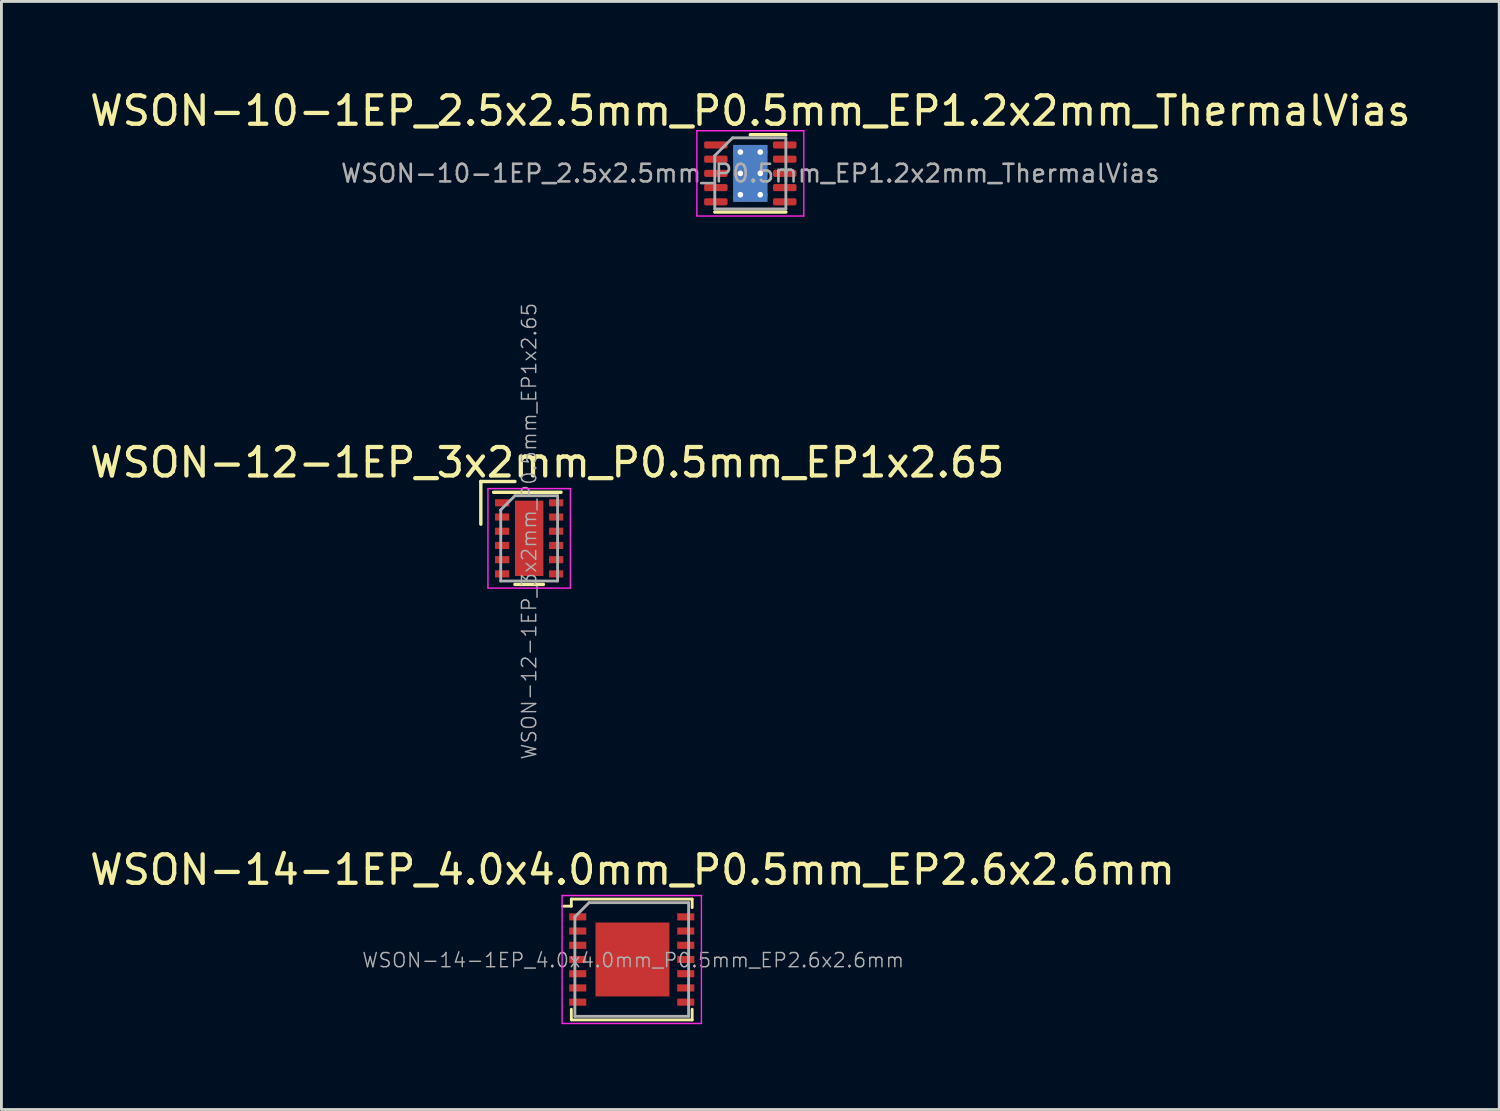
<source format=kicad_pcb>
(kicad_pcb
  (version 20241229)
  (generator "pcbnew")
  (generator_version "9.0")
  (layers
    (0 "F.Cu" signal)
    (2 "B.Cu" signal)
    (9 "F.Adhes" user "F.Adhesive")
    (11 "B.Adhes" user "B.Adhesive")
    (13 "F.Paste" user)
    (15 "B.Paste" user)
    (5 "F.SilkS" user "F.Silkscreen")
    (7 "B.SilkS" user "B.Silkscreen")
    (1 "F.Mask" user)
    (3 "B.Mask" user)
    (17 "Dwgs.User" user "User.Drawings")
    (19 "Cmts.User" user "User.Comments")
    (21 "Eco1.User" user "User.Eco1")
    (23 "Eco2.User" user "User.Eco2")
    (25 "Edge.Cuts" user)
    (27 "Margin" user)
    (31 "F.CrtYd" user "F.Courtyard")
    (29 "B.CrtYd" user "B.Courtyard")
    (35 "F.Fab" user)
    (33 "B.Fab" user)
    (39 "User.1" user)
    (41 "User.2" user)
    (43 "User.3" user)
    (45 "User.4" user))
  (footprint "WSON-10-1EP_2.5x2.5mm_P0.5mm_EP1.2x2mm_ThermalVias"
    (layer "F.Cu")
    (at 23.339 3.048)
    (property "Reference" "WSON-10-1EP_2.5x2.5mm_P0.5mm_EP1.2x2mm_ThermalVias" (at 0 -2.2 0) (layer "F.SilkS") (effects (font (size 1 1) (thickness 0.15))))
    (attr smd)
    (fp_line (start -1.25 1.36) (end 1.25 1.36) (stroke (width 0.12) (type solid)) (layer "F.SilkS"))
    (fp_line (start 0 -1.36) (end 1.25 -1.36) (stroke (width 0.12) (type solid)) (layer "F.SilkS"))
    (fp_line (start -1.88 -1.5) (end -1.88 1.5) (stroke (width 0.05) (type solid)) (layer "F.CrtYd"))
    (fp_line (start -1.88 1.5) (end 1.88 1.5) (stroke (width 0.05) (type solid)) (layer "F.CrtYd"))
    (fp_line (start 1.88 -1.5) (end -1.88 -1.5) (stroke (width 0.05) (type solid)) (layer "F.CrtYd"))
    (fp_line (start 1.88 1.5) (end 1.88 -1.5) (stroke (width 0.05) (type solid)) (layer "F.CrtYd"))
    (fp_line (start -1.25 -0.625) (end -0.625 -1.25) (stroke (width 0.1) (type solid)) (layer "F.Fab"))
    (fp_line (start -1.25 1.25) (end -1.25 -0.625) (stroke (width 0.1) (type solid)) (layer "F.Fab"))
    (fp_line (start -0.625 -1.25) (end 1.25 -1.25) (stroke (width 0.1) (type solid)) (layer "F.Fab"))
    (fp_line (start 1.25 -1.25) (end 1.25 1.25) (stroke (width 0.1) (type solid)) (layer "F.Fab"))
    (fp_line (start 1.25 1.25) (end -1.25 1.25) (stroke (width 0.1) (type solid)) (layer "F.Fab"))
    (fp_text user "${REFERENCE}" (at 0 0 0) (layer "F.Fab") (effects (font (size 0.62 0.62) (thickness 0.09))))
    (pad "" smd roundrect (at -0.3 -0.5) (size 0.52 0.87) (layers "F.Paste") (roundrect_rratio 0.25))
    (pad "" smd roundrect (at -0.3 0.5) (size 0.52 0.87) (layers "F.Paste") (roundrect_rratio 0.25))
    (pad "" smd roundrect (at 0.3 -0.5) (size 0.52 0.87) (layers "F.Paste") (roundrect_rratio 0.25))
    (pad "" smd roundrect (at 0.3 0.5) (size 0.52 0.87) (layers "F.Paste") (roundrect_rratio 0.25))
    (pad "1" smd roundrect (at -1.212 -1) (size 0.825 0.25) (layers "F.Cu" "F.Mask" "F.Paste") (roundrect_rratio 0.25))
    (pad "2" smd roundrect (at -1.212 -0.5) (size 0.825 0.25) (layers "F.Cu" "F.Mask" "F.Paste") (roundrect_rratio 0.25))
    (pad "3" smd roundrect (at -1.212 0) (size 0.825 0.25) (layers "F.Cu" "F.Mask" "F.Paste") (roundrect_rratio 0.25))
    (pad "4" smd roundrect (at -1.212 0.5) (size 0.825 0.25) (layers "F.Cu" "F.Mask" "F.Paste") (roundrect_rratio 0.25))
    (pad "5" smd roundrect (at -1.212 1) (size 0.825 0.25) (layers "F.Cu" "F.Mask" "F.Paste") (roundrect_rratio 0.25))
    (pad "6" smd roundrect (at 1.212 1) (size 0.825 0.25) (layers "F.Cu" "F.Mask" "F.Paste") (roundrect_rratio 0.25))
    (pad "7" smd roundrect (at 1.212 0.5) (size 0.825 0.25) (layers "F.Cu" "F.Mask" "F.Paste") (roundrect_rratio 0.25))
    (pad "8" smd roundrect (at 1.212 0) (size 0.825 0.25) (layers "F.Cu" "F.Mask" "F.Paste") (roundrect_rratio 0.25))
    (pad "9" smd roundrect (at 1.212 -0.5) (size 0.825 0.25) (layers "F.Cu" "F.Mask" "F.Paste") (roundrect_rratio 0.25))
    (pad "10" smd roundrect (at 1.212 -1) (size 0.825 0.25) (layers "F.Cu" "F.Mask" "F.Paste") (roundrect_rratio 0.25))
    (pad "11" thru_hole circle (at -0.35 -0.75) (size 0.5 0.5) (drill 0.2) (layers "*.Cu"))
    (pad "11" thru_hole circle (at -0.35 0) (size 0.5 0.5) (drill 0.2) (layers "*.Cu"))
    (pad "11" thru_hole circle (at -0.35 0.75) (size 0.5 0.5) (drill 0.2) (layers "*.Cu"))
    (pad "11" smd rect (at 0 0) (size 1.2 2) (layers "F.Cu" "F.Mask"))
    (pad "11" smd rect (at 0 0) (size 1.2 2) (layers "B.Cu"))
    (pad "11" thru_hole circle (at 0.35 -0.75) (size 0.5 0.5) (drill 0.2) (layers "*.Cu"))
    (pad "11" thru_hole circle (at 0.35 0) (size 0.5 0.5) (drill 0.2) (layers "*.Cu"))
    (pad "11" thru_hole circle (at 0.35 0.75) (size 0.5 0.5) (drill 0.2) (layers "*.Cu")))
  (footprint "WSON-14-1EP_4.0x4.0mm_P0.5mm_EP2.6x2.6mm"
    (layer "F.Cu")
    (at 19.169 30.696)
    (property "Reference" "WSON-14-1EP_4.0x4.0mm_P0.5mm_EP2.6x2.6mm" (at 0.027 -3.153 0) (layer "F.SilkS") (effects (font (size 1 1) (thickness 0.15))))
    (attr smd)
    (fp_line (start -2.425 -1.875) (end -2.125 -1.875) (stroke (width 0.1) (type solid)) (layer "F.SilkS"))
    (fp_line (start -2.125 -2.125) (end -2.125 -1.875) (stroke (width 0.1) (type solid)) (layer "F.SilkS"))
    (fp_line (start -2.125 2.125) (end -2.125 1.75) (stroke (width 0.1) (type solid)) (layer "F.SilkS"))
    (fp_line (start 2.125 -2.125) (end -2.125 -2.125) (stroke (width 0.1) (type solid)) (layer "F.SilkS"))
    (fp_line (start 2.125 -2.125) (end 2.125 -1.825) (stroke (width 0.1) (type solid)) (layer "F.SilkS"))
    (fp_line (start 2.125 1.75) (end 2.125 2.125) (stroke (width 0.1) (type solid)) (layer "F.SilkS"))
    (fp_line (start 2.125 2.125) (end -2.1 2.125) (stroke (width 0.1) (type solid)) (layer "F.SilkS"))
    (fp_line (start -2.45 -2.25) (end 2.45 -2.25) (stroke (width 0.05) (type solid)) (layer "F.CrtYd"))
    (fp_line (start -2.45 2.25) (end -2.45 -2.25) (stroke (width 0.05) (type solid)) (layer "F.CrtYd"))
    (fp_line (start 2.45 -2.25) (end 2.45 2.25) (stroke (width 0.05) (type solid)) (layer "F.CrtYd"))
    (fp_line (start 2.45 2.25) (end -2.44 2.25) (stroke (width 0.05) (type solid)) (layer "F.CrtYd"))
    (fp_line (start -2 -1.5) (end -2 2) (stroke (width 0.1) (type solid)) (layer "F.Fab"))
    (fp_line (start -2 -1.5) (end -1.5 -2) (stroke (width 0.1) (type solid)) (layer "F.Fab"))
    (fp_line (start -2 2) (end 2 2) (stroke (width 0.1) (type solid)) (layer "F.Fab"))
    (fp_line (start 2 -2) (end -1.5 -2) (stroke (width 0.1) (type solid)) (layer "F.Fab"))
    (fp_line (start 2 2) (end 2 -2) (stroke (width 0.1) (type solid)) (layer "F.Fab"))
    (fp_text user "${REFERENCE}" (at 0.05 0.025 0) (layer "F.Fab") (effects (font (size 0.5 0.5) (thickness 0.05))))
    (pad "" smd rect (at -0.65 -0.65 270) (size 1.05 1.05) (layers "F.Paste"))
    (pad "" smd rect (at -0.65 0.65 270) (size 1.05 1.05) (layers "F.Paste"))
    (pad "" smd rect (at 0.65 -0.65 270) (size 1.05 1.05) (layers "F.Paste"))
    (pad "" smd rect (at 0.65 0.65 270) (size 1.05 1.05) (layers "F.Paste"))
    (pad "1" smd rect (at -1.9 -1.5 270) (size 0.25 0.6) (layers "F.Cu" "F.Mask" "F.Paste"))
    (pad "2" smd rect (at -1.9 -1 270) (size 0.25 0.6) (layers "F.Cu" "F.Mask" "F.Paste"))
    (pad "3" smd rect (at -1.9 -0.5 270) (size 0.25 0.6) (layers "F.Cu" "F.Mask" "F.Paste"))
    (pad "4" smd rect (at -1.9 0 270) (size 0.25 0.6) (layers "F.Cu" "F.Mask" "F.Paste"))
    (pad "5" smd rect (at -1.9 0.5 270) (size 0.25 0.6) (layers "F.Cu" "F.Mask" "F.Paste"))
    (pad "6" smd rect (at -1.9 1 270) (size 0.25 0.6) (layers "F.Cu" "F.Mask" "F.Paste"))
    (pad "7" smd rect (at -1.9 1.5 270) (size 0.25 0.6) (layers "F.Cu" "F.Mask" "F.Paste"))
    (pad "8" smd rect (at 1.9 1.5 270) (size 0.25 0.6) (layers "F.Cu" "F.Mask" "F.Paste"))
    (pad "9" smd rect (at 1.9 1 270) (size 0.25 0.6) (layers "F.Cu" "F.Mask" "F.Paste"))
    (pad "10" smd rect (at 1.9 0.5 270) (size 0.25 0.6) (layers "F.Cu" "F.Mask" "F.Paste"))
    (pad "11" smd rect (at 1.9 0 270) (size 0.25 0.6) (layers "F.Cu" "F.Mask" "F.Paste"))
    (pad "12" smd rect (at 1.9 -0.5 270) (size 0.25 0.6) (layers "F.Cu" "F.Mask" "F.Paste"))
    (pad "13" smd rect (at 1.9 -1 270) (size 0.25 0.6) (layers "F.Cu" "F.Mask" "F.Paste"))
    (pad "14" smd rect (at 1.9 -1.5 270) (size 0.25 0.6) (layers "F.Cu" "F.Mask" "F.Paste"))
    (pad "15" smd rect (at 0.025 0 270) (size 2.6 2.6) (layers "F.Cu" "F.Mask")))
  (footprint "WSON-12-1EP_3x2mm_P0.5mm_EP1x2.65"
    (layer "F.Cu")
    (at 15.561 15.884)
    (property "Reference" "WSON-12-1EP_3x2mm_P0.5mm_EP1x2.65" (at 0.635 -2.667 0) (layer "F.SilkS") (effects (font (size 1 1) (thickness 0.15))))
    (attr smd)
    (fp_line (start -1.7 -2) (end -0.5 -2) (stroke (width 0.12) (type solid)) (layer "F.SilkS"))
    (fp_line (start -1.7 -0.5) (end -1.7 -2) (stroke (width 0.12) (type solid)) (layer "F.SilkS"))
    (fp_line (start -1.25 -1.62) (end 1.12 -1.62) (stroke (width 0.12) (type solid)) (layer "F.SilkS"))
    (fp_line (start 0.5 1.62) (end -0.5 1.62) (stroke (width 0.12) (type solid)) (layer "F.SilkS"))
    (fp_line (start -1.45 -1.75) (end 1.45 -1.75) (stroke (width 0.05) (type solid)) (layer "F.CrtYd"))
    (fp_line (start -1.45 1.75) (end -1.45 -1.75) (stroke (width 0.05) (type solid)) (layer "F.CrtYd"))
    (fp_line (start 1.45 -1.75) (end 1.45 1.75) (stroke (width 0.05) (type solid)) (layer "F.CrtYd"))
    (fp_line (start 1.45 1.75) (end -1.45 1.75) (stroke (width 0.05) (type solid)) (layer "F.CrtYd"))
    (fp_line (start -1 -1) (end -0.5 -1.5) (stroke (width 0.1) (type solid)) (layer "F.Fab"))
    (fp_line (start -1 1.5) (end -1 -1) (stroke (width 0.1) (type solid)) (layer "F.Fab"))
    (fp_line (start -0.5 -1.5) (end 1 -1.5) (stroke (width 0.1) (type solid)) (layer "F.Fab"))
    (fp_line (start 1 -1.5) (end 1 1.5) (stroke (width 0.1) (type solid)) (layer "F.Fab"))
    (fp_line (start 1 1.5) (end -1 1.5) (stroke (width 0.1) (type solid)) (layer "F.Fab"))
    (fp_text user "${REFERENCE}" (at 0 -0.25 90) (layer "F.Fab") (effects (font (size 0.5 0.5) (thickness 0.05))))
    (pad "" smd rect (at 0 -0.685) (size 0.95 1.17) (layers "F.Paste"))
    (pad "" smd rect (at 0 0.685) (size 0.95 1.17) (layers "F.Paste"))
    (pad "1" smd rect (at -0.95 -1.25) (size 0.5 0.25) (layers "F.Cu" "F.Mask" "F.Paste"))
    (pad "2" smd rect (at -0.95 -0.75) (size 0.5 0.25) (layers "F.Cu" "F.Mask" "F.Paste"))
    (pad "3" smd rect (at -0.95 -0.25) (size 0.5 0.25) (layers "F.Cu" "F.Mask" "F.Paste"))
    (pad "4" smd rect (at -0.95 0.25) (size 0.5 0.25) (layers "F.Cu" "F.Mask" "F.Paste"))
    (pad "5" smd rect (at -0.95 0.75) (size 0.5 0.25) (layers "F.Cu" "F.Mask" "F.Paste"))
    (pad "6" smd rect (at -0.95 1.25) (size 0.5 0.25) (layers "F.Cu" "F.Mask" "F.Paste"))
    (pad "7" smd rect (at 0.95 1.25) (size 0.5 0.25) (layers "F.Cu" "F.Mask" "F.Paste"))
    (pad "8" smd rect (at 0.95 0.75) (size 0.5 0.25) (layers "F.Cu" "F.Mask" "F.Paste"))
    (pad "9" smd rect (at 0.95 0.25) (size 0.5 0.25) (layers "F.Cu" "F.Mask" "F.Paste"))
    (pad "10" smd rect (at 0.95 -0.25) (size 0.5 0.25) (layers "F.Cu" "F.Mask" "F.Paste"))
    (pad "11" smd rect (at 0.95 -0.75) (size 0.5 0.25) (layers "F.Cu" "F.Mask" "F.Paste"))
    (pad "12" smd rect (at 0.95 -1.25) (size 0.5 0.25) (layers "F.Cu" "F.Mask" "F.Paste"))
    (pad "13" smd rect (at 0 0) (size 1 2.65) (layers "F.Cu" "F.Mask")))
  (gr_rect
    (start -3 -3)
    (end 49.679 35.971)
    (stroke (width 0.1) (type default))
    (fill no)
    (layer "Edge.Cuts")))
</source>
